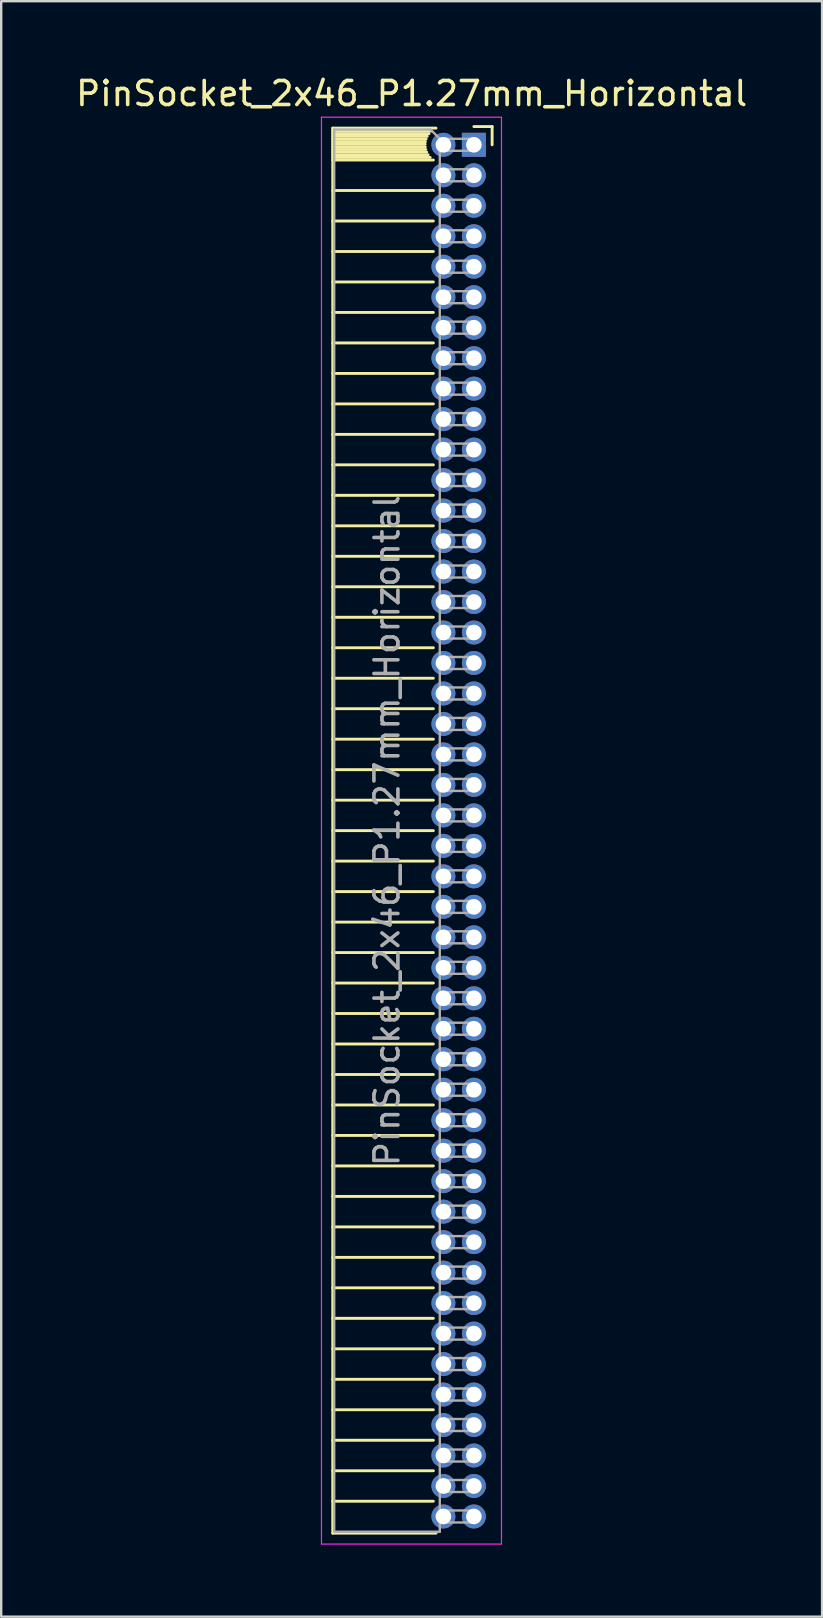
<source format=kicad_pcb>
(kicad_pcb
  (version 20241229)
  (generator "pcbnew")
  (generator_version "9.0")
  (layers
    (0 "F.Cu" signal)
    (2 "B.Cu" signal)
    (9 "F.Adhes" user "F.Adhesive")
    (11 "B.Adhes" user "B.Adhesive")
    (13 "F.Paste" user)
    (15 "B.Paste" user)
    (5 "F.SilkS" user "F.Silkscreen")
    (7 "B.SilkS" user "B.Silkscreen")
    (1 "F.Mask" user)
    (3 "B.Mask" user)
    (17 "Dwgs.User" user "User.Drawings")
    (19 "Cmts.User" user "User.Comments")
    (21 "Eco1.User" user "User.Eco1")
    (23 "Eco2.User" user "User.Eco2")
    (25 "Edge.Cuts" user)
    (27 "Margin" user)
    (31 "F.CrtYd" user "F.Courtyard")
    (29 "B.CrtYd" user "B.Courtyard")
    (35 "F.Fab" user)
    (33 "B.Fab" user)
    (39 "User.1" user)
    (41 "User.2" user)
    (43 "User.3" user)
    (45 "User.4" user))
  (footprint "PinSocket_2x46_P1.27mm_Horizontal"
    (layer "F.Cu")
    (at 16.694 2.983)
    (property "Reference" "PinSocket_2x46_P1.27mm_Horizontal" (at -2.592 -2.135 0) (layer "F.SilkS") (effects (font (size 1 1) (thickness 0.15))))
    (attr through_hole)
    (fp_line (start -5.88 -0.695) (end -5.88 57.845) (stroke (width 0.12) (type solid)) (layer "F.SilkS"))
    (fp_line (start -5.88 -0.695) (end -1.578 -0.695) (stroke (width 0.12) (type solid)) (layer "F.SilkS"))
    (fp_line (start -5.88 -0.575) (end -1.767 -0.575) (stroke (width 0.12) (type solid)) (layer "F.SilkS"))
    (fp_line (start -5.88 -0.465) (end -1.871 -0.465) (stroke (width 0.12) (type solid)) (layer "F.SilkS"))
    (fp_line (start -5.88 -0.355) (end -1.942 -0.355) (stroke (width 0.12) (type solid)) (layer "F.SilkS"))
    (fp_line (start -5.88 -0.245) (end -1.989 -0.245) (stroke (width 0.12) (type solid)) (layer "F.SilkS"))
    (fp_line (start -5.88 -0.135) (end -2.018 -0.135) (stroke (width 0.12) (type solid)) (layer "F.SilkS"))
    (fp_line (start -5.88 -0.025) (end -2.03 -0.025) (stroke (width 0.12) (type solid)) (layer "F.SilkS"))
    (fp_line (start -5.88 0.085) (end -2.025 0.085) (stroke (width 0.12) (type solid)) (layer "F.SilkS"))
    (fp_line (start -5.88 0.195) (end -2.005 0.195) (stroke (width 0.12) (type solid)) (layer "F.SilkS"))
    (fp_line (start -5.88 0.305) (end -1.966 0.305) (stroke (width 0.12) (type solid)) (layer "F.SilkS"))
    (fp_line (start -5.88 0.415) (end -1.907 0.415) (stroke (width 0.12) (type solid)) (layer "F.SilkS"))
    (fp_line (start -5.88 0.525) (end -1.82 0.525) (stroke (width 0.12) (type solid)) (layer "F.SilkS"))
    (fp_line (start -5.88 0.635) (end -1.688 0.635) (stroke (width 0.12) (type solid)) (layer "F.SilkS"))
    (fp_line (start -5.88 1.905) (end -1.688 1.905) (stroke (width 0.12) (type solid)) (layer "F.SilkS"))
    (fp_line (start -5.88 3.175) (end -1.688 3.175) (stroke (width 0.12) (type solid)) (layer "F.SilkS"))
    (fp_line (start -5.88 4.445) (end -1.688 4.445) (stroke (width 0.12) (type solid)) (layer "F.SilkS"))
    (fp_line (start -5.88 5.715) (end -1.688 5.715) (stroke (width 0.12) (type solid)) (layer "F.SilkS"))
    (fp_line (start -5.88 6.985) (end -1.688 6.985) (stroke (width 0.12) (type solid)) (layer "F.SilkS"))
    (fp_line (start -5.88 8.255) (end -1.688 8.255) (stroke (width 0.12) (type solid)) (layer "F.SilkS"))
    (fp_line (start -5.88 9.525) (end -1.688 9.525) (stroke (width 0.12) (type solid)) (layer "F.SilkS"))
    (fp_line (start -5.88 10.795) (end -1.688 10.795) (stroke (width 0.12) (type solid)) (layer "F.SilkS"))
    (fp_line (start -5.88 12.065) (end -1.688 12.065) (stroke (width 0.12) (type solid)) (layer "F.SilkS"))
    (fp_line (start -5.88 13.335) (end -1.688 13.335) (stroke (width 0.12) (type solid)) (layer "F.SilkS"))
    (fp_line (start -5.88 14.605) (end -1.688 14.605) (stroke (width 0.12) (type solid)) (layer "F.SilkS"))
    (fp_line (start -5.88 15.875) (end -1.688 15.875) (stroke (width 0.12) (type solid)) (layer "F.SilkS"))
    (fp_line (start -5.88 17.145) (end -1.688 17.145) (stroke (width 0.12) (type solid)) (layer "F.SilkS"))
    (fp_line (start -5.88 18.415) (end -1.688 18.415) (stroke (width 0.12) (type solid)) (layer "F.SilkS"))
    (fp_line (start -5.88 19.685) (end -1.688 19.685) (stroke (width 0.12) (type solid)) (layer "F.SilkS"))
    (fp_line (start -5.88 20.955) (end -1.688 20.955) (stroke (width 0.12) (type solid)) (layer "F.SilkS"))
    (fp_line (start -5.88 22.225) (end -1.688 22.225) (stroke (width 0.12) (type solid)) (layer "F.SilkS"))
    (fp_line (start -5.88 23.495) (end -1.688 23.495) (stroke (width 0.12) (type solid)) (layer "F.SilkS"))
    (fp_line (start -5.88 24.765) (end -1.688 24.765) (stroke (width 0.12) (type solid)) (layer "F.SilkS"))
    (fp_line (start -5.88 26.035) (end -1.688 26.035) (stroke (width 0.12) (type solid)) (layer "F.SilkS"))
    (fp_line (start -5.88 27.305) (end -1.688 27.305) (stroke (width 0.12) (type solid)) (layer "F.SilkS"))
    (fp_line (start -5.88 28.575) (end -1.688 28.575) (stroke (width 0.12) (type solid)) (layer "F.SilkS"))
    (fp_line (start -5.88 29.845) (end -1.688 29.845) (stroke (width 0.12) (type solid)) (layer "F.SilkS"))
    (fp_line (start -5.88 31.115) (end -1.688 31.115) (stroke (width 0.12) (type solid)) (layer "F.SilkS"))
    (fp_line (start -5.88 32.385) (end -1.688 32.385) (stroke (width 0.12) (type solid)) (layer "F.SilkS"))
    (fp_line (start -5.88 33.655) (end -1.688 33.655) (stroke (width 0.12) (type solid)) (layer "F.SilkS"))
    (fp_line (start -5.88 34.925) (end -1.688 34.925) (stroke (width 0.12) (type solid)) (layer "F.SilkS"))
    (fp_line (start -5.88 36.195) (end -1.688 36.195) (stroke (width 0.12) (type solid)) (layer "F.SilkS"))
    (fp_line (start -5.88 37.465) (end -1.688 37.465) (stroke (width 0.12) (type solid)) (layer "F.SilkS"))
    (fp_line (start -5.88 38.735) (end -1.688 38.735) (stroke (width 0.12) (type solid)) (layer "F.SilkS"))
    (fp_line (start -5.88 40.005) (end -1.688 40.005) (stroke (width 0.12) (type solid)) (layer "F.SilkS"))
    (fp_line (start -5.88 41.275) (end -1.688 41.275) (stroke (width 0.12) (type solid)) (layer "F.SilkS"))
    (fp_line (start -5.88 42.545) (end -1.688 42.545) (stroke (width 0.12) (type solid)) (layer "F.SilkS"))
    (fp_line (start -5.88 43.815) (end -1.688 43.815) (stroke (width 0.12) (type solid)) (layer "F.SilkS"))
    (fp_line (start -5.88 45.085) (end -1.688 45.085) (stroke (width 0.12) (type solid)) (layer "F.SilkS"))
    (fp_line (start -5.88 46.355) (end -1.688 46.355) (stroke (width 0.12) (type solid)) (layer "F.SilkS"))
    (fp_line (start -5.88 47.625) (end -1.688 47.625) (stroke (width 0.12) (type solid)) (layer "F.SilkS"))
    (fp_line (start -5.88 48.895) (end -1.688 48.895) (stroke (width 0.12) (type solid)) (layer "F.SilkS"))
    (fp_line (start -5.88 50.165) (end -1.688 50.165) (stroke (width 0.12) (type solid)) (layer "F.SilkS"))
    (fp_line (start -5.88 51.435) (end -1.688 51.435) (stroke (width 0.12) (type solid)) (layer "F.SilkS"))
    (fp_line (start -5.88 52.705) (end -1.688 52.705) (stroke (width 0.12) (type solid)) (layer "F.SilkS"))
    (fp_line (start -5.88 53.975) (end -1.688 53.975) (stroke (width 0.12) (type solid)) (layer "F.SilkS"))
    (fp_line (start -5.88 55.245) (end -1.688 55.245) (stroke (width 0.12) (type solid)) (layer "F.SilkS"))
    (fp_line (start -5.88 56.515) (end -1.688 56.515) (stroke (width 0.12) (type solid)) (layer "F.SilkS"))
    (fp_line (start -5.88 57.845) (end -1.578 57.845) (stroke (width 0.12) (type solid)) (layer "F.SilkS"))
    (fp_line (start 0 -0.76) (end 0.76 -0.76) (stroke (width 0.12) (type solid)) (layer "F.SilkS"))
    (fp_line (start 0.76 -0.76) (end 0.76 0) (stroke (width 0.12) (type solid)) (layer "F.SilkS"))
    (fp_line (start -6.35 -1.15) (end -6.35 58.3) (stroke (width 0.05) (type solid)) (layer "F.CrtYd"))
    (fp_line (start -6.35 58.3) (end 1.15 58.3) (stroke (width 0.05) (type solid)) (layer "F.CrtYd"))
    (fp_line (start 1.15 -1.15) (end -6.35 -1.15) (stroke (width 0.05) (type solid)) (layer "F.CrtYd"))
    (fp_line (start 1.15 58.3) (end 1.15 -1.15) (stroke (width 0.05) (type solid)) (layer "F.CrtYd"))
    (fp_line (start -5.82 -0.635) (end -1.805 -0.635) (stroke (width 0.1) (type solid)) (layer "F.Fab"))
    (fp_line (start -5.82 57.785) (end -5.82 -0.635) (stroke (width 0.1) (type solid)) (layer "F.Fab"))
    (fp_line (start -1.805 -0.635) (end -1.42 -0.25) (stroke (width 0.1) (type solid)) (layer "F.Fab"))
    (fp_line (start -1.42 -0.25) (end -1.42 57.785) (stroke (width 0.1) (type solid)) (layer "F.Fab"))
    (fp_line (start -1.42 0.25) (end 0 0.25) (stroke (width 0.1) (type solid)) (layer "F.Fab"))
    (fp_line (start -1.42 1.52) (end 0 1.52) (stroke (width 0.1) (type solid)) (layer "F.Fab"))
    (fp_line (start -1.42 2.79) (end 0 2.79) (stroke (width 0.1) (type solid)) (layer "F.Fab"))
    (fp_line (start -1.42 4.06) (end 0 4.06) (stroke (width 0.1) (type solid)) (layer "F.Fab"))
    (fp_line (start -1.42 5.33) (end 0 5.33) (stroke (width 0.1) (type solid)) (layer "F.Fab"))
    (fp_line (start -1.42 6.6) (end 0 6.6) (stroke (width 0.1) (type solid)) (layer "F.Fab"))
    (fp_line (start -1.42 7.87) (end 0 7.87) (stroke (width 0.1) (type solid)) (layer "F.Fab"))
    (fp_line (start -1.42 9.14) (end 0 9.14) (stroke (width 0.1) (type solid)) (layer "F.Fab"))
    (fp_line (start -1.42 10.41) (end 0 10.41) (stroke (width 0.1) (type solid)) (layer "F.Fab"))
    (fp_line (start -1.42 11.68) (end 0 11.68) (stroke (width 0.1) (type solid)) (layer "F.Fab"))
    (fp_line (start -1.42 12.95) (end 0 12.95) (stroke (width 0.1) (type solid)) (layer "F.Fab"))
    (fp_line (start -1.42 14.22) (end 0 14.22) (stroke (width 0.1) (type solid)) (layer "F.Fab"))
    (fp_line (start -1.42 15.49) (end 0 15.49) (stroke (width 0.1) (type solid)) (layer "F.Fab"))
    (fp_line (start -1.42 16.76) (end 0 16.76) (stroke (width 0.1) (type solid)) (layer "F.Fab"))
    (fp_line (start -1.42 18.03) (end 0 18.03) (stroke (width 0.1) (type solid)) (layer "F.Fab"))
    (fp_line (start -1.42 19.3) (end 0 19.3) (stroke (width 0.1) (type solid)) (layer "F.Fab"))
    (fp_line (start -1.42 20.57) (end 0 20.57) (stroke (width 0.1) (type solid)) (layer "F.Fab"))
    (fp_line (start -1.42 21.84) (end 0 21.84) (stroke (width 0.1) (type solid)) (layer "F.Fab"))
    (fp_line (start -1.42 23.11) (end 0 23.11) (stroke (width 0.1) (type solid)) (layer "F.Fab"))
    (fp_line (start -1.42 24.38) (end 0 24.38) (stroke (width 0.1) (type solid)) (layer "F.Fab"))
    (fp_line (start -1.42 25.65) (end 0 25.65) (stroke (width 0.1) (type solid)) (layer "F.Fab"))
    (fp_line (start -1.42 26.92) (end 0 26.92) (stroke (width 0.1) (type solid)) (layer "F.Fab"))
    (fp_line (start -1.42 28.19) (end 0 28.19) (stroke (width 0.1) (type solid)) (layer "F.Fab"))
    (fp_line (start -1.42 29.46) (end 0 29.46) (stroke (width 0.1) (type solid)) (layer "F.Fab"))
    (fp_line (start -1.42 30.73) (end 0 30.73) (stroke (width 0.1) (type solid)) (layer "F.Fab"))
    (fp_line (start -1.42 32) (end 0 32) (stroke (width 0.1) (type solid)) (layer "F.Fab"))
    (fp_line (start -1.42 33.27) (end 0 33.27) (stroke (width 0.1) (type solid)) (layer "F.Fab"))
    (fp_line (start -1.42 34.54) (end 0 34.54) (stroke (width 0.1) (type solid)) (layer "F.Fab"))
    (fp_line (start -1.42 35.81) (end 0 35.81) (stroke (width 0.1) (type solid)) (layer "F.Fab"))
    (fp_line (start -1.42 37.08) (end 0 37.08) (stroke (width 0.1) (type solid)) (layer "F.Fab"))
    (fp_line (start -1.42 38.35) (end 0 38.35) (stroke (width 0.1) (type solid)) (layer "F.Fab"))
    (fp_line (start -1.42 39.62) (end 0 39.62) (stroke (width 0.1) (type solid)) (layer "F.Fab"))
    (fp_line (start -1.42 40.89) (end 0 40.89) (stroke (width 0.1) (type solid)) (layer "F.Fab"))
    (fp_line (start -1.42 42.16) (end 0 42.16) (stroke (width 0.1) (type solid)) (layer "F.Fab"))
    (fp_line (start -1.42 43.43) (end 0 43.43) (stroke (width 0.1) (type solid)) (layer "F.Fab"))
    (fp_line (start -1.42 44.7) (end 0 44.7) (stroke (width 0.1) (type solid)) (layer "F.Fab"))
    (fp_line (start -1.42 45.97) (end 0 45.97) (stroke (width 0.1) (type solid)) (layer "F.Fab"))
    (fp_line (start -1.42 47.24) (end 0 47.24) (stroke (width 0.1) (type solid)) (layer "F.Fab"))
    (fp_line (start -1.42 48.51) (end 0 48.51) (stroke (width 0.1) (type solid)) (layer "F.Fab"))
    (fp_line (start -1.42 49.78) (end 0 49.78) (stroke (width 0.1) (type solid)) (layer "F.Fab"))
    (fp_line (start -1.42 51.05) (end 0 51.05) (stroke (width 0.1) (type solid)) (layer "F.Fab"))
    (fp_line (start -1.42 52.32) (end 0 52.32) (stroke (width 0.1) (type solid)) (layer "F.Fab"))
    (fp_line (start -1.42 53.59) (end 0 53.59) (stroke (width 0.1) (type solid)) (layer "F.Fab"))
    (fp_line (start -1.42 54.86) (end 0 54.86) (stroke (width 0.1) (type solid)) (layer "F.Fab"))
    (fp_line (start -1.42 56.13) (end 0 56.13) (stroke (width 0.1) (type solid)) (layer "F.Fab"))
    (fp_line (start -1.42 57.4) (end 0 57.4) (stroke (width 0.1) (type solid)) (layer "F.Fab"))
    (fp_line (start -1.42 57.785) (end -5.82 57.785) (stroke (width 0.1) (type solid)) (layer "F.Fab"))
    (fp_line (start 0 -0.25) (end -1.42 -0.25) (stroke (width 0.1) (type solid)) (layer "F.Fab"))
    (fp_line (start 0 0.25) (end 0 -0.25) (stroke (width 0.1) (type solid)) (layer "F.Fab"))
    (fp_line (start 0 1.02) (end -1.42 1.02) (stroke (width 0.1) (type solid)) (layer "F.Fab"))
    (fp_line (start 0 1.52) (end 0 1.02) (stroke (width 0.1) (type solid)) (layer "F.Fab"))
    (fp_line (start 0 2.29) (end -1.42 2.29) (stroke (width 0.1) (type solid)) (layer "F.Fab"))
    (fp_line (start 0 2.79) (end 0 2.29) (stroke (width 0.1) (type solid)) (layer "F.Fab"))
    (fp_line (start 0 3.56) (end -1.42 3.56) (stroke (width 0.1) (type solid)) (layer "F.Fab"))
    (fp_line (start 0 4.06) (end 0 3.56) (stroke (width 0.1) (type solid)) (layer "F.Fab"))
    (fp_line (start 0 4.83) (end -1.42 4.83) (stroke (width 0.1) (type solid)) (layer "F.Fab"))
    (fp_line (start 0 5.33) (end 0 4.83) (stroke (width 0.1) (type solid)) (layer "F.Fab"))
    (fp_line (start 0 6.1) (end -1.42 6.1) (stroke (width 0.1) (type solid)) (layer "F.Fab"))
    (fp_line (start 0 6.6) (end 0 6.1) (stroke (width 0.1) (type solid)) (layer "F.Fab"))
    (fp_line (start 0 7.37) (end -1.42 7.37) (stroke (width 0.1) (type solid)) (layer "F.Fab"))
    (fp_line (start 0 7.87) (end 0 7.37) (stroke (width 0.1) (type solid)) (layer "F.Fab"))
    (fp_line (start 0 8.64) (end -1.42 8.64) (stroke (width 0.1) (type solid)) (layer "F.Fab"))
    (fp_line (start 0 9.14) (end 0 8.64) (stroke (width 0.1) (type solid)) (layer "F.Fab"))
    (fp_line (start 0 9.91) (end -1.42 9.91) (stroke (width 0.1) (type solid)) (layer "F.Fab"))
    (fp_line (start 0 10.41) (end 0 9.91) (stroke (width 0.1) (type solid)) (layer "F.Fab"))
    (fp_line (start 0 11.18) (end -1.42 11.18) (stroke (width 0.1) (type solid)) (layer "F.Fab"))
    (fp_line (start 0 11.68) (end 0 11.18) (stroke (width 0.1) (type solid)) (layer "F.Fab"))
    (fp_line (start 0 12.45) (end -1.42 12.45) (stroke (width 0.1) (type solid)) (layer "F.Fab"))
    (fp_line (start 0 12.95) (end 0 12.45) (stroke (width 0.1) (type solid)) (layer "F.Fab"))
    (fp_line (start 0 13.72) (end -1.42 13.72) (stroke (width 0.1) (type solid)) (layer "F.Fab"))
    (fp_line (start 0 14.22) (end 0 13.72) (stroke (width 0.1) (type solid)) (layer "F.Fab"))
    (fp_line (start 0 14.99) (end -1.42 14.99) (stroke (width 0.1) (type solid)) (layer "F.Fab"))
    (fp_line (start 0 15.49) (end 0 14.99) (stroke (width 0.1) (type solid)) (layer "F.Fab"))
    (fp_line (start 0 16.26) (end -1.42 16.26) (stroke (width 0.1) (type solid)) (layer "F.Fab"))
    (fp_line (start 0 16.76) (end 0 16.26) (stroke (width 0.1) (type solid)) (layer "F.Fab"))
    (fp_line (start 0 17.53) (end -1.42 17.53) (stroke (width 0.1) (type solid)) (layer "F.Fab"))
    (fp_line (start 0 18.03) (end 0 17.53) (stroke (width 0.1) (type solid)) (layer "F.Fab"))
    (fp_line (start 0 18.8) (end -1.42 18.8) (stroke (width 0.1) (type solid)) (layer "F.Fab"))
    (fp_line (start 0 19.3) (end 0 18.8) (stroke (width 0.1) (type solid)) (layer "F.Fab"))
    (fp_line (start 0 20.07) (end -1.42 20.07) (stroke (width 0.1) (type solid)) (layer "F.Fab"))
    (fp_line (start 0 20.57) (end 0 20.07) (stroke (width 0.1) (type solid)) (layer "F.Fab"))
    (fp_line (start 0 21.34) (end -1.42 21.34) (stroke (width 0.1) (type solid)) (layer "F.Fab"))
    (fp_line (start 0 21.84) (end 0 21.34) (stroke (width 0.1) (type solid)) (layer "F.Fab"))
    (fp_line (start 0 22.61) (end -1.42 22.61) (stroke (width 0.1) (type solid)) (layer "F.Fab"))
    (fp_line (start 0 23.11) (end 0 22.61) (stroke (width 0.1) (type solid)) (layer "F.Fab"))
    (fp_line (start 0 23.88) (end -1.42 23.88) (stroke (width 0.1) (type solid)) (layer "F.Fab"))
    (fp_line (start 0 24.38) (end 0 23.88) (stroke (width 0.1) (type solid)) (layer "F.Fab"))
    (fp_line (start 0 25.15) (end -1.42 25.15) (stroke (width 0.1) (type solid)) (layer "F.Fab"))
    (fp_line (start 0 25.65) (end 0 25.15) (stroke (width 0.1) (type solid)) (layer "F.Fab"))
    (fp_line (start 0 26.42) (end -1.42 26.42) (stroke (width 0.1) (type solid)) (layer "F.Fab"))
    (fp_line (start 0 26.92) (end 0 26.42) (stroke (width 0.1) (type solid)) (layer "F.Fab"))
    (fp_line (start 0 27.69) (end -1.42 27.69) (stroke (width 0.1) (type solid)) (layer "F.Fab"))
    (fp_line (start 0 28.19) (end 0 27.69) (stroke (width 0.1) (type solid)) (layer "F.Fab"))
    (fp_line (start 0 28.96) (end -1.42 28.96) (stroke (width 0.1) (type solid)) (layer "F.Fab"))
    (fp_line (start 0 29.46) (end 0 28.96) (stroke (width 0.1) (type solid)) (layer "F.Fab"))
    (fp_line (start 0 30.23) (end -1.42 30.23) (stroke (width 0.1) (type solid)) (layer "F.Fab"))
    (fp_line (start 0 30.73) (end 0 30.23) (stroke (width 0.1) (type solid)) (layer "F.Fab"))
    (fp_line (start 0 31.5) (end -1.42 31.5) (stroke (width 0.1) (type solid)) (layer "F.Fab"))
    (fp_line (start 0 32) (end 0 31.5) (stroke (width 0.1) (type solid)) (layer "F.Fab"))
    (fp_line (start 0 32.77) (end -1.42 32.77) (stroke (width 0.1) (type solid)) (layer "F.Fab"))
    (fp_line (start 0 33.27) (end 0 32.77) (stroke (width 0.1) (type solid)) (layer "F.Fab"))
    (fp_line (start 0 34.04) (end -1.42 34.04) (stroke (width 0.1) (type solid)) (layer "F.Fab"))
    (fp_line (start 0 34.54) (end 0 34.04) (stroke (width 0.1) (type solid)) (layer "F.Fab"))
    (fp_line (start 0 35.31) (end -1.42 35.31) (stroke (width 0.1) (type solid)) (layer "F.Fab"))
    (fp_line (start 0 35.81) (end 0 35.31) (stroke (width 0.1) (type solid)) (layer "F.Fab"))
    (fp_line (start 0 36.58) (end -1.42 36.58) (stroke (width 0.1) (type solid)) (layer "F.Fab"))
    (fp_line (start 0 37.08) (end 0 36.58) (stroke (width 0.1) (type solid)) (layer "F.Fab"))
    (fp_line (start 0 37.85) (end -1.42 37.85) (stroke (width 0.1) (type solid)) (layer "F.Fab"))
    (fp_line (start 0 38.35) (end 0 37.85) (stroke (width 0.1) (type solid)) (layer "F.Fab"))
    (fp_line (start 0 39.12) (end -1.42 39.12) (stroke (width 0.1) (type solid)) (layer "F.Fab"))
    (fp_line (start 0 39.62) (end 0 39.12) (stroke (width 0.1) (type solid)) (layer "F.Fab"))
    (fp_line (start 0 40.39) (end -1.42 40.39) (stroke (width 0.1) (type solid)) (layer "F.Fab"))
    (fp_line (start 0 40.89) (end 0 40.39) (stroke (width 0.1) (type solid)) (layer "F.Fab"))
    (fp_line (start 0 41.66) (end -1.42 41.66) (stroke (width 0.1) (type solid)) (layer "F.Fab"))
    (fp_line (start 0 42.16) (end 0 41.66) (stroke (width 0.1) (type solid)) (layer "F.Fab"))
    (fp_line (start 0 42.93) (end -1.42 42.93) (stroke (width 0.1) (type solid)) (layer "F.Fab"))
    (fp_line (start 0 43.43) (end 0 42.93) (stroke (width 0.1) (type solid)) (layer "F.Fab"))
    (fp_line (start 0 44.2) (end -1.42 44.2) (stroke (width 0.1) (type solid)) (layer "F.Fab"))
    (fp_line (start 0 44.7) (end 0 44.2) (stroke (width 0.1) (type solid)) (layer "F.Fab"))
    (fp_line (start 0 45.47) (end -1.42 45.47) (stroke (width 0.1) (type solid)) (layer "F.Fab"))
    (fp_line (start 0 45.97) (end 0 45.47) (stroke (width 0.1) (type solid)) (layer "F.Fab"))
    (fp_line (start 0 46.74) (end -1.42 46.74) (stroke (width 0.1) (type solid)) (layer "F.Fab"))
    (fp_line (start 0 47.24) (end 0 46.74) (stroke (width 0.1) (type solid)) (layer "F.Fab"))
    (fp_line (start 0 48.01) (end -1.42 48.01) (stroke (width 0.1) (type solid)) (layer "F.Fab"))
    (fp_line (start 0 48.51) (end 0 48.01) (stroke (width 0.1) (type solid)) (layer "F.Fab"))
    (fp_line (start 0 49.28) (end -1.42 49.28) (stroke (width 0.1) (type solid)) (layer "F.Fab"))
    (fp_line (start 0 49.78) (end 0 49.28) (stroke (width 0.1) (type solid)) (layer "F.Fab"))
    (fp_line (start 0 50.55) (end -1.42 50.55) (stroke (width 0.1) (type solid)) (layer "F.Fab"))
    (fp_line (start 0 51.05) (end 0 50.55) (stroke (width 0.1) (type solid)) (layer "F.Fab"))
    (fp_line (start 0 51.82) (end -1.42 51.82) (stroke (width 0.1) (type solid)) (layer "F.Fab"))
    (fp_line (start 0 52.32) (end 0 51.82) (stroke (width 0.1) (type solid)) (layer "F.Fab"))
    (fp_line (start 0 53.09) (end -1.42 53.09) (stroke (width 0.1) (type solid)) (layer "F.Fab"))
    (fp_line (start 0 53.59) (end 0 53.09) (stroke (width 0.1) (type solid)) (layer "F.Fab"))
    (fp_line (start 0 54.36) (end -1.42 54.36) (stroke (width 0.1) (type solid)) (layer "F.Fab"))
    (fp_line (start 0 54.86) (end 0 54.36) (stroke (width 0.1) (type solid)) (layer "F.Fab"))
    (fp_line (start 0 55.63) (end -1.42 55.63) (stroke (width 0.1) (type solid)) (layer "F.Fab"))
    (fp_line (start 0 56.13) (end 0 55.63) (stroke (width 0.1) (type solid)) (layer "F.Fab"))
    (fp_line (start 0 56.9) (end -1.42 56.9) (stroke (width 0.1) (type solid)) (layer "F.Fab"))
    (fp_line (start 0 57.4) (end 0 56.9) (stroke (width 0.1) (type solid)) (layer "F.Fab"))
    (fp_text user "${REFERENCE}" (at -3.62 28.575 90) (layer "F.Fab") (effects (font (size 1 1) (thickness 0.15))))
    (pad "1" thru_hole rect (at 0 0) (size 1 1) (drill 0.65) (layers "*.Cu" "*.Mask"))
    (pad "2" thru_hole oval (at -1.27 0) (size 1 1) (drill 0.65) (layers "*.Cu" "*.Mask"))
    (pad "3" thru_hole oval (at 0 1.27) (size 1 1) (drill 0.65) (layers "*.Cu" "*.Mask"))
    (pad "4" thru_hole oval (at -1.27 1.27) (size 1 1) (drill 0.65) (layers "*.Cu" "*.Mask"))
    (pad "5" thru_hole oval (at 0 2.54) (size 1 1) (drill 0.65) (layers "*.Cu" "*.Mask"))
    (pad "6" thru_hole oval (at -1.27 2.54) (size 1 1) (drill 0.65) (layers "*.Cu" "*.Mask"))
    (pad "7" thru_hole oval (at 0 3.81) (size 1 1) (drill 0.65) (layers "*.Cu" "*.Mask"))
    (pad "8" thru_hole oval (at -1.27 3.81) (size 1 1) (drill 0.65) (layers "*.Cu" "*.Mask"))
    (pad "9" thru_hole oval (at 0 5.08) (size 1 1) (drill 0.65) (layers "*.Cu" "*.Mask"))
    (pad "10" thru_hole oval (at -1.27 5.08) (size 1 1) (drill 0.65) (layers "*.Cu" "*.Mask"))
    (pad "11" thru_hole oval (at 0 6.35) (size 1 1) (drill 0.65) (layers "*.Cu" "*.Mask"))
    (pad "12" thru_hole oval (at -1.27 6.35) (size 1 1) (drill 0.65) (layers "*.Cu" "*.Mask"))
    (pad "13" thru_hole oval (at 0 7.62) (size 1 1) (drill 0.65) (layers "*.Cu" "*.Mask"))
    (pad "14" thru_hole oval (at -1.27 7.62) (size 1 1) (drill 0.65) (layers "*.Cu" "*.Mask"))
    (pad "15" thru_hole oval (at 0 8.89) (size 1 1) (drill 0.65) (layers "*.Cu" "*.Mask"))
    (pad "16" thru_hole oval (at -1.27 8.89) (size 1 1) (drill 0.65) (layers "*.Cu" "*.Mask"))
    (pad "17" thru_hole oval (at 0 10.16) (size 1 1) (drill 0.65) (layers "*.Cu" "*.Mask"))
    (pad "18" thru_hole oval (at -1.27 10.16) (size 1 1) (drill 0.65) (layers "*.Cu" "*.Mask"))
    (pad "19" thru_hole oval (at 0 11.43) (size 1 1) (drill 0.65) (layers "*.Cu" "*.Mask"))
    (pad "20" thru_hole oval (at -1.27 11.43) (size 1 1) (drill 0.65) (layers "*.Cu" "*.Mask"))
    (pad "21" thru_hole oval (at 0 12.7) (size 1 1) (drill 0.65) (layers "*.Cu" "*.Mask"))
    (pad "22" thru_hole oval (at -1.27 12.7) (size 1 1) (drill 0.65) (layers "*.Cu" "*.Mask"))
    (pad "23" thru_hole oval (at 0 13.97) (size 1 1) (drill 0.65) (layers "*.Cu" "*.Mask"))
    (pad "24" thru_hole oval (at -1.27 13.97) (size 1 1) (drill 0.65) (layers "*.Cu" "*.Mask"))
    (pad "25" thru_hole oval (at 0 15.24) (size 1 1) (drill 0.65) (layers "*.Cu" "*.Mask"))
    (pad "26" thru_hole oval (at -1.27 15.24) (size 1 1) (drill 0.65) (layers "*.Cu" "*.Mask"))
    (pad "27" thru_hole oval (at 0 16.51) (size 1 1) (drill 0.65) (layers "*.Cu" "*.Mask"))
    (pad "28" thru_hole oval (at -1.27 16.51) (size 1 1) (drill 0.65) (layers "*.Cu" "*.Mask"))
    (pad "29" thru_hole oval (at 0 17.78) (size 1 1) (drill 0.65) (layers "*.Cu" "*.Mask"))
    (pad "30" thru_hole oval (at -1.27 17.78) (size 1 1) (drill 0.65) (layers "*.Cu" "*.Mask"))
    (pad "31" thru_hole oval (at 0 19.05) (size 1 1) (drill 0.65) (layers "*.Cu" "*.Mask"))
    (pad "32" thru_hole oval (at -1.27 19.05) (size 1 1) (drill 0.65) (layers "*.Cu" "*.Mask"))
    (pad "33" thru_hole oval (at 0 20.32) (size 1 1) (drill 0.65) (layers "*.Cu" "*.Mask"))
    (pad "34" thru_hole oval (at -1.27 20.32) (size 1 1) (drill 0.65) (layers "*.Cu" "*.Mask"))
    (pad "35" thru_hole oval (at 0 21.59) (size 1 1) (drill 0.65) (layers "*.Cu" "*.Mask"))
    (pad "36" thru_hole oval (at -1.27 21.59) (size 1 1) (drill 0.65) (layers "*.Cu" "*.Mask"))
    (pad "37" thru_hole oval (at 0 22.86) (size 1 1) (drill 0.65) (layers "*.Cu" "*.Mask"))
    (pad "38" thru_hole oval (at -1.27 22.86) (size 1 1) (drill 0.65) (layers "*.Cu" "*.Mask"))
    (pad "39" thru_hole oval (at 0 24.13) (size 1 1) (drill 0.65) (layers "*.Cu" "*.Mask"))
    (pad "40" thru_hole oval (at -1.27 24.13) (size 1 1) (drill 0.65) (layers "*.Cu" "*.Mask"))
    (pad "41" thru_hole oval (at 0 25.4) (size 1 1) (drill 0.65) (layers "*.Cu" "*.Mask"))
    (pad "42" thru_hole oval (at -1.27 25.4) (size 1 1) (drill 0.65) (layers "*.Cu" "*.Mask"))
    (pad "43" thru_hole oval (at 0 26.67) (size 1 1) (drill 0.65) (layers "*.Cu" "*.Mask"))
    (pad "44" thru_hole oval (at -1.27 26.67) (size 1 1) (drill 0.65) (layers "*.Cu" "*.Mask"))
    (pad "45" thru_hole oval (at 0 27.94) (size 1 1) (drill 0.65) (layers "*.Cu" "*.Mask"))
    (pad "46" thru_hole oval (at -1.27 27.94) (size 1 1) (drill 0.65) (layers "*.Cu" "*.Mask"))
    (pad "47" thru_hole oval (at 0 29.21) (size 1 1) (drill 0.65) (layers "*.Cu" "*.Mask"))
    (pad "48" thru_hole oval (at -1.27 29.21) (size 1 1) (drill 0.65) (layers "*.Cu" "*.Mask"))
    (pad "49" thru_hole oval (at 0 30.48) (size 1 1) (drill 0.65) (layers "*.Cu" "*.Mask"))
    (pad "50" thru_hole oval (at -1.27 30.48) (size 1 1) (drill 0.65) (layers "*.Cu" "*.Mask"))
    (pad "51" thru_hole oval (at 0 31.75) (size 1 1) (drill 0.65) (layers "*.Cu" "*.Mask"))
    (pad "52" thru_hole oval (at -1.27 31.75) (size 1 1) (drill 0.65) (layers "*.Cu" "*.Mask"))
    (pad "53" thru_hole oval (at 0 33.02) (size 1 1) (drill 0.65) (layers "*.Cu" "*.Mask"))
    (pad "54" thru_hole oval (at -1.27 33.02) (size 1 1) (drill 0.65) (layers "*.Cu" "*.Mask"))
    (pad "55" thru_hole oval (at 0 34.29) (size 1 1) (drill 0.65) (layers "*.Cu" "*.Mask"))
    (pad "56" thru_hole oval (at -1.27 34.29) (size 1 1) (drill 0.65) (layers "*.Cu" "*.Mask"))
    (pad "57" thru_hole oval (at 0 35.56) (size 1 1) (drill 0.65) (layers "*.Cu" "*.Mask"))
    (pad "58" thru_hole oval (at -1.27 35.56) (size 1 1) (drill 0.65) (layers "*.Cu" "*.Mask"))
    (pad "59" thru_hole oval (at 0 36.83) (size 1 1) (drill 0.65) (layers "*.Cu" "*.Mask"))
    (pad "60" thru_hole oval (at -1.27 36.83) (size 1 1) (drill 0.65) (layers "*.Cu" "*.Mask"))
    (pad "61" thru_hole oval (at 0 38.1) (size 1 1) (drill 0.65) (layers "*.Cu" "*.Mask"))
    (pad "62" thru_hole oval (at -1.27 38.1) (size 1 1) (drill 0.65) (layers "*.Cu" "*.Mask"))
    (pad "63" thru_hole oval (at 0 39.37) (size 1 1) (drill 0.65) (layers "*.Cu" "*.Mask"))
    (pad "64" thru_hole oval (at -1.27 39.37) (size 1 1) (drill 0.65) (layers "*.Cu" "*.Mask"))
    (pad "65" thru_hole oval (at 0 40.64) (size 1 1) (drill 0.65) (layers "*.Cu" "*.Mask"))
    (pad "66" thru_hole oval (at -1.27 40.64) (size 1 1) (drill 0.65) (layers "*.Cu" "*.Mask"))
    (pad "67" thru_hole oval (at 0 41.91) (size 1 1) (drill 0.65) (layers "*.Cu" "*.Mask"))
    (pad "68" thru_hole oval (at -1.27 41.91) (size 1 1) (drill 0.65) (layers "*.Cu" "*.Mask"))
    (pad "69" thru_hole oval (at 0 43.18) (size 1 1) (drill 0.65) (layers "*.Cu" "*.Mask"))
    (pad "70" thru_hole oval (at -1.27 43.18) (size 1 1) (drill 0.65) (layers "*.Cu" "*.Mask"))
    (pad "71" thru_hole oval (at 0 44.45) (size 1 1) (drill 0.65) (layers "*.Cu" "*.Mask"))
    (pad "72" thru_hole oval (at -1.27 44.45) (size 1 1) (drill 0.65) (layers "*.Cu" "*.Mask"))
    (pad "73" thru_hole oval (at 0 45.72) (size 1 1) (drill 0.65) (layers "*.Cu" "*.Mask"))
    (pad "74" thru_hole oval (at -1.27 45.72) (size 1 1) (drill 0.65) (layers "*.Cu" "*.Mask"))
    (pad "75" thru_hole oval (at 0 46.99) (size 1 1) (drill 0.65) (layers "*.Cu" "*.Mask"))
    (pad "76" thru_hole oval (at -1.27 46.99) (size 1 1) (drill 0.65) (layers "*.Cu" "*.Mask"))
    (pad "77" thru_hole oval (at 0 48.26) (size 1 1) (drill 0.65) (layers "*.Cu" "*.Mask"))
    (pad "78" thru_hole oval (at -1.27 48.26) (size 1 1) (drill 0.65) (layers "*.Cu" "*.Mask"))
    (pad "79" thru_hole oval (at 0 49.53) (size 1 1) (drill 0.65) (layers "*.Cu" "*.Mask"))
    (pad "80" thru_hole oval (at -1.27 49.53) (size 1 1) (drill 0.65) (layers "*.Cu" "*.Mask"))
    (pad "81" thru_hole oval (at 0 50.8) (size 1 1) (drill 0.65) (layers "*.Cu" "*.Mask"))
    (pad "82" thru_hole oval (at -1.27 50.8) (size 1 1) (drill 0.65) (layers "*.Cu" "*.Mask"))
    (pad "83" thru_hole oval (at 0 52.07) (size 1 1) (drill 0.65) (layers "*.Cu" "*.Mask"))
    (pad "84" thru_hole oval (at -1.27 52.07) (size 1 1) (drill 0.65) (layers "*.Cu" "*.Mask"))
    (pad "85" thru_hole oval (at 0 53.34) (size 1 1) (drill 0.65) (layers "*.Cu" "*.Mask"))
    (pad "86" thru_hole oval (at -1.27 53.34) (size 1 1) (drill 0.65) (layers "*.Cu" "*.Mask"))
    (pad "87" thru_hole oval (at 0 54.61) (size 1 1) (drill 0.65) (layers "*.Cu" "*.Mask"))
    (pad "88" thru_hole oval (at -1.27 54.61) (size 1 1) (drill 0.65) (layers "*.Cu" "*.Mask"))
    (pad "89" thru_hole oval (at 0 55.88) (size 1 1) (drill 0.65) (layers "*.Cu" "*.Mask"))
    (pad "90" thru_hole oval (at -1.27 55.88) (size 1 1) (drill 0.65) (layers "*.Cu" "*.Mask"))
    (pad "91" thru_hole oval (at 0 57.15) (size 1 1) (drill 0.65) (layers "*.Cu" "*.Mask"))
    (pad "92" thru_hole oval (at -1.27 57.15) (size 1 1) (drill 0.65) (layers "*.Cu" "*.Mask")))
  (gr_rect
    (start -3 -3)
    (end 31.202 64.308)
    (stroke (width 0.1) (type default))
    (fill no)
    (layer "Edge.Cuts")))
</source>
